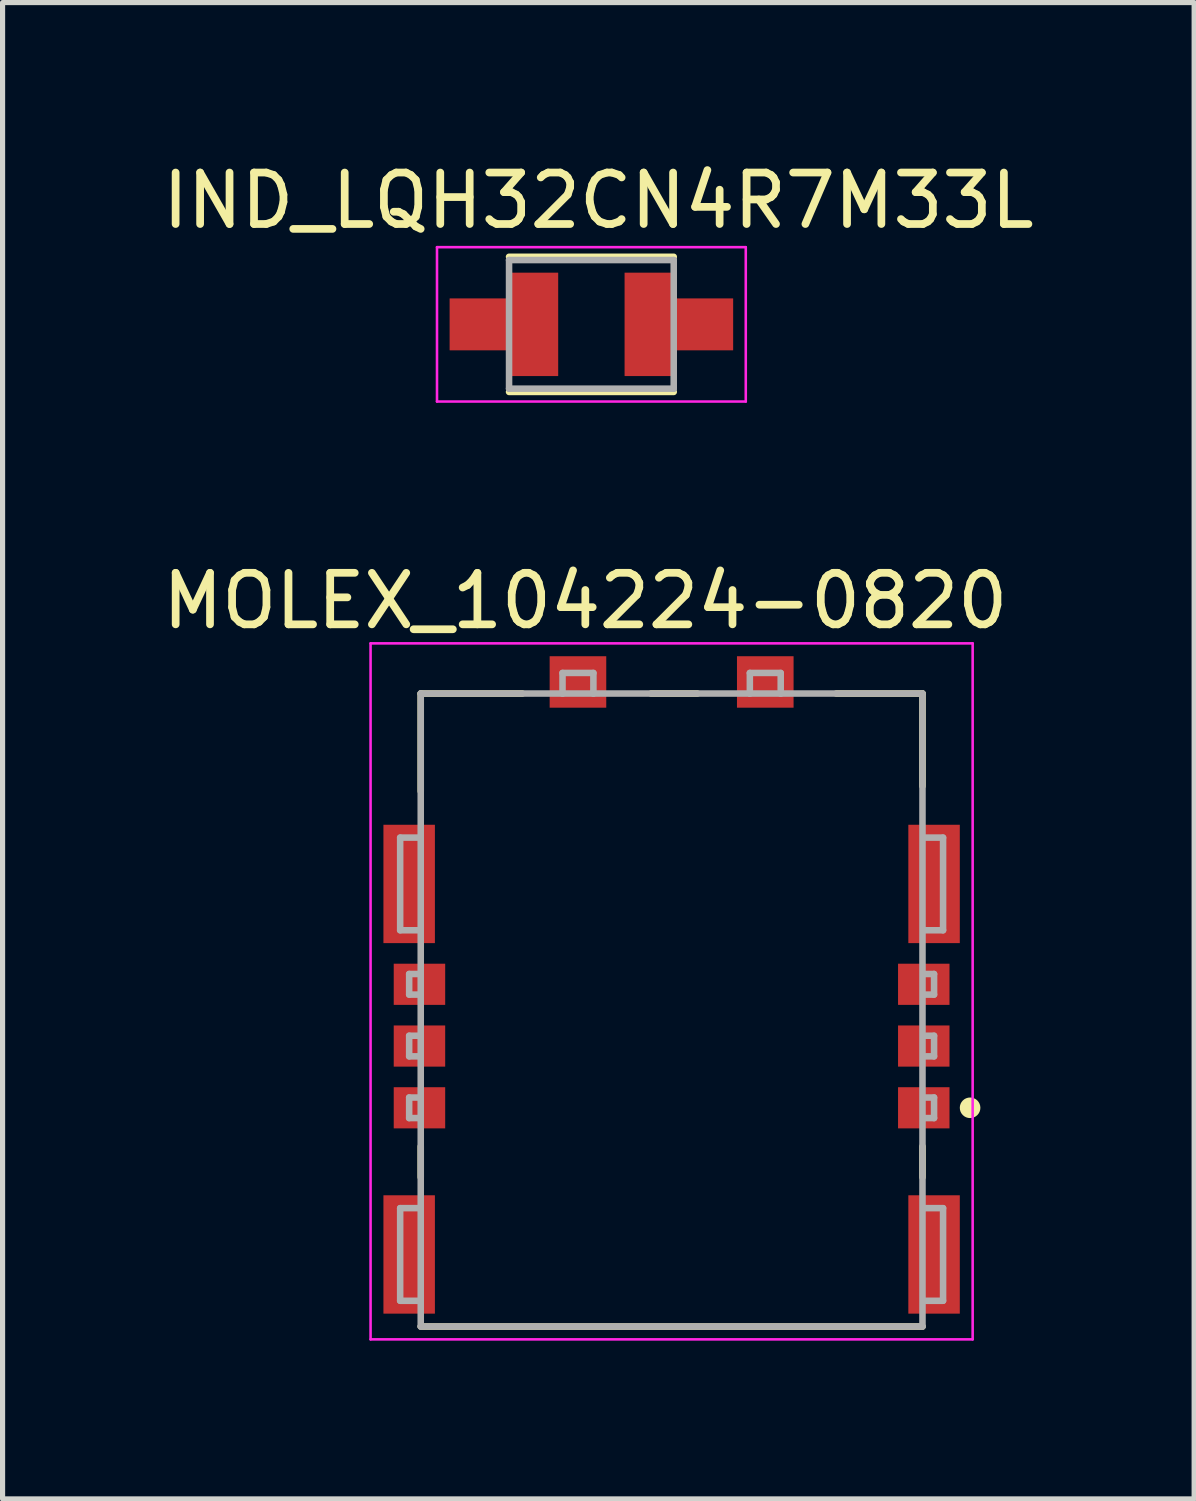
<source format=kicad_pcb>
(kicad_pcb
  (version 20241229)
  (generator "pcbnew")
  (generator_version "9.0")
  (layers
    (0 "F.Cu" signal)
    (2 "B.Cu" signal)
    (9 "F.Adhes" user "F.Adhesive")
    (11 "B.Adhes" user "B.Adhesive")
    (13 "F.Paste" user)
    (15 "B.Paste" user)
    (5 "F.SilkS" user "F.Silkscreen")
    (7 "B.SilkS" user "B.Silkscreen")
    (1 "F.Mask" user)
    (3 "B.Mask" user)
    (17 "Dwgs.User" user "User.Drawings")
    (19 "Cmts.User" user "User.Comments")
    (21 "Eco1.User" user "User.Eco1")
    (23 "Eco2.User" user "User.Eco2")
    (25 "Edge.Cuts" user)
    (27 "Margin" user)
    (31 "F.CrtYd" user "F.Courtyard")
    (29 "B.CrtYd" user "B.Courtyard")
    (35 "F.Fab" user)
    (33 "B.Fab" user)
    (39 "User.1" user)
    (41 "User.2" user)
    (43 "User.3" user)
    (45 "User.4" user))
  (footprint "IND_LQH32CN4R7M33L"
    (layer "F.Cu")
    (at 8.442 3.253)
    (property "Reference" "IND_LQH32CN4R7M33L" (at 0.135 -2.405 0) (layer "F.SilkS") (effects (font (size 1 1) (thickness 0.15))))
    (attr smd)
    (fp_poly (pts (xy -2.85 -0.6) (xy -1.75 -0.6) (xy -1.75 -1.1) (xy -0.55 -1.1) (xy -0.55 1.1) (xy -1.75 1.1) (xy -1.75 0.6) (xy -2.85 0.6)) (stroke (width 0.01) (type solid)) (fill yes) (layer "F.Mask"))
    (fp_poly (pts (xy 0.55 -1.1) (xy 1.75 -1.1) (xy 1.75 -0.6) (xy 2.85 -0.6) (xy 2.85 0.6) (xy 1.75 0.6) (xy 1.75 1.1) (xy 0.55 1.1)) (stroke (width 0.01) (type solid)) (fill yes) (layer "F.Mask"))
    (fp_line (start -1.6 -1.313) (end 1.6 -1.313) (stroke (width 0.127) (type solid)) (layer "F.SilkS"))
    (fp_line (start 1.6 1.313) (end -1.6 1.313) (stroke (width 0.127) (type solid)) (layer "F.SilkS"))
    (fp_poly (pts (xy -1.65 -1) (xy -0.65 -1) (xy -0.65 1) (xy -1.65 1) (xy -1.65 0.5) (xy -2.75 0.5) (xy -2.75 -0.5) (xy -1.65 -0.5)) (stroke (width 0.01) (type solid)) (fill yes) (layer "F.Paste"))
    (fp_poly (pts (xy 1.65 1) (xy 0.65 1) (xy 0.65 -1) (xy 1.65 -1) (xy 1.65 -0.5) (xy 2.75 -0.5) (xy 2.75 0.5) (xy 1.65 0.5)) (stroke (width 0.01) (type solid)) (fill yes) (layer "F.Paste"))
    (fp_line (start -3 -1.5) (end 3 -1.5) (stroke (width 0.05) (type solid)) (layer "F.CrtYd"))
    (fp_line (start -3 1.5) (end -3 -1.5) (stroke (width 0.05) (type solid)) (layer "F.CrtYd"))
    (fp_line (start 3 -1.5) (end 3 1.5) (stroke (width 0.05) (type solid)) (layer "F.CrtYd"))
    (fp_line (start 3 1.5) (end -3 1.5) (stroke (width 0.05) (type solid)) (layer "F.CrtYd"))
    (fp_line (start -1.6 -1.25) (end 1.6 -1.25) (stroke (width 0.127) (type solid)) (layer "F.Fab"))
    (fp_line (start -1.6 1.25) (end -1.6 -1.25) (stroke (width 0.127) (type solid)) (layer "F.Fab"))
    (fp_line (start 1.6 -1.25) (end 1.6 1.25) (stroke (width 0.127) (type solid)) (layer "F.Fab"))
    (fp_line (start 1.6 1.25) (end -1.6 1.25) (stroke (width 0.127) (type solid)) (layer "F.Fab"))
    (pad "1" smd custom (at -1.15 0) (size 1 2) (layers "F.Cu") (options (anchor rect)) (primitives (gr_poly (pts (xy -0.5 -1) (xy 0.5 -1) (xy 0.5 1) (xy -0.5 1) (xy -0.5 0.5) (xy -1.6 0.5) (xy -1.6 -0.5) (xy -0.5 -0.5)) (width 0.01) (fill yes))))
    (pad "2" smd custom (at 1.15 0) (size 1 2) (layers "F.Cu") (options (anchor rect)) (primitives (gr_poly (pts (xy 0.5 1) (xy -0.5 1) (xy -0.5 -1) (xy 0.5 -1) (xy 0.5 -0.5) (xy 1.6 -0.5) (xy 1.6 0.5) (xy 0.5 0.5)) (width 0.01) (fill yes)))))
  (footprint "MOLEX_104224-0820"
    (layer "F.Cu")
    (at 10.001 22.827)
    (property "Reference" "MOLEX_104224-0820" (at -1.677 -14.2 0) (layer "F.SilkS") (effects (font (size 1.001 1.001) (thickness 0.15))))
    (attr smd)
    (fp_line (start -4.875 -12.4) (end -4.875 -10.5) (stroke (width 0.127) (type solid)) (layer "F.SilkS"))
    (fp_line (start -4.875 -3.6) (end -4.875 -3) (stroke (width 0.127) (type solid)) (layer "F.SilkS"))
    (fp_line (start -4.875 -0.1) (end 4.875 -0.1) (stroke (width 0.127) (type solid)) (layer "F.SilkS"))
    (fp_line (start -2.9 -12.4) (end -4.875 -12.4) (stroke (width 0.127) (type solid)) (layer "F.SilkS"))
    (fp_line (start -0.4 -12.4) (end 0.5 -12.4) (stroke (width 0.127) (type solid)) (layer "F.SilkS"))
    (fp_line (start 3.2 -12.4) (end 4.875 -12.4) (stroke (width 0.127) (type solid)) (layer "F.SilkS"))
    (fp_line (start 4.875 -12.4) (end 4.875 -10.6) (stroke (width 0.127) (type solid)) (layer "F.SilkS"))
    (fp_line (start 4.875 -3.6) (end 4.875 -3) (stroke (width 0.127) (type solid)) (layer "F.SilkS"))
    (fp_circle (center 5.8 -4.35) (end 5.9 -4.35) (stroke (width 0.2) (type solid)) (fill no) (layer "F.SilkS"))
    (fp_line (start -5.85 -13.375) (end -5.85 0.15) (stroke (width 0.05) (type solid)) (layer "F.CrtYd"))
    (fp_line (start -5.85 0.15) (end 5.85 0.15) (stroke (width 0.05) (type solid)) (layer "F.CrtYd"))
    (fp_line (start 5.85 -13.375) (end -5.85 -13.375) (stroke (width 0.05) (type solid)) (layer "F.CrtYd"))
    (fp_line (start 5.85 0.15) (end 5.85 -13.375) (stroke (width 0.05) (type solid)) (layer "F.CrtYd"))
    (fp_line (start -5.275 -9.6) (end -5.275 -7.8) (stroke (width 0.127) (type solid)) (layer "F.Fab"))
    (fp_line (start -5.275 -7.8) (end -4.9 -7.8) (stroke (width 0.127) (type solid)) (layer "F.Fab"))
    (fp_line (start -5.275 -2.4) (end -5.275 -0.6) (stroke (width 0.127) (type solid)) (layer "F.Fab"))
    (fp_line (start -5.275 -0.6) (end -4.9 -0.6) (stroke (width 0.127) (type solid)) (layer "F.Fab"))
    (fp_line (start -5.1 -6.95) (end -5.1 -6.55) (stroke (width 0.127) (type solid)) (layer "F.Fab"))
    (fp_line (start -5.1 -6.55) (end -4.9 -6.55) (stroke (width 0.127) (type solid)) (layer "F.Fab"))
    (fp_line (start -5.1 -5.75) (end -5.1 -5.35) (stroke (width 0.127) (type solid)) (layer "F.Fab"))
    (fp_line (start -5.1 -5.35) (end -4.9 -5.35) (stroke (width 0.127) (type solid)) (layer "F.Fab"))
    (fp_line (start -5.1 -4.55) (end -5.1 -4.15) (stroke (width 0.127) (type solid)) (layer "F.Fab"))
    (fp_line (start -5.1 -4.15) (end -4.9 -4.15) (stroke (width 0.127) (type solid)) (layer "F.Fab"))
    (fp_line (start -4.9 -9.6) (end -5.275 -9.6) (stroke (width 0.127) (type solid)) (layer "F.Fab"))
    (fp_line (start -4.9 -6.95) (end -5.1 -6.95) (stroke (width 0.127) (type solid)) (layer "F.Fab"))
    (fp_line (start -4.9 -5.75) (end -5.1 -5.75) (stroke (width 0.127) (type solid)) (layer "F.Fab"))
    (fp_line (start -4.9 -4.55) (end -5.1 -4.55) (stroke (width 0.127) (type solid)) (layer "F.Fab"))
    (fp_line (start -4.9 -2.4) (end -5.275 -2.4) (stroke (width 0.127) (type solid)) (layer "F.Fab"))
    (fp_line (start -4.875 -12.4) (end -2.12 -12.4) (stroke (width 0.127) (type solid)) (layer "F.Fab"))
    (fp_line (start -4.875 -0.1) (end -4.875 -12.4) (stroke (width 0.127) (type solid)) (layer "F.Fab"))
    (fp_line (start -2.12 -12.8) (end -2.12 -12.4) (stroke (width 0.127) (type solid)) (layer "F.Fab"))
    (fp_line (start -2.12 -12.4) (end -1.52 -12.4) (stroke (width 0.127) (type solid)) (layer "F.Fab"))
    (fp_line (start -1.52 -12.8) (end -2.12 -12.8) (stroke (width 0.127) (type solid)) (layer "F.Fab"))
    (fp_line (start -1.52 -12.4) (end -1.52 -12.8) (stroke (width 0.127) (type solid)) (layer "F.Fab"))
    (fp_line (start -1.52 -12.4) (end 1.52 -12.4) (stroke (width 0.127) (type solid)) (layer "F.Fab"))
    (fp_line (start 1.52 -12.8) (end 1.52 -12.4) (stroke (width 0.127) (type solid)) (layer "F.Fab"))
    (fp_line (start 1.52 -12.4) (end 2.12 -12.4) (stroke (width 0.127) (type solid)) (layer "F.Fab"))
    (fp_line (start 2.12 -12.8) (end 1.52 -12.8) (stroke (width 0.127) (type solid)) (layer "F.Fab"))
    (fp_line (start 2.12 -12.4) (end 2.12 -12.8) (stroke (width 0.127) (type solid)) (layer "F.Fab"))
    (fp_line (start 2.12 -12.4) (end 4.875 -12.4) (stroke (width 0.127) (type solid)) (layer "F.Fab"))
    (fp_line (start 4.875 -12.4) (end 4.875 -0.1) (stroke (width 0.127) (type solid)) (layer "F.Fab"))
    (fp_line (start 4.875 -0.1) (end -4.875 -0.1) (stroke (width 0.127) (type solid)) (layer "F.Fab"))
    (fp_line (start 4.9 -7.8) (end 5.275 -7.8) (stroke (width 0.127) (type solid)) (layer "F.Fab"))
    (fp_line (start 4.9 -6.55) (end 5.1 -6.55) (stroke (width 0.127) (type solid)) (layer "F.Fab"))
    (fp_line (start 4.9 -5.35) (end 5.1 -5.35) (stroke (width 0.127) (type solid)) (layer "F.Fab"))
    (fp_line (start 4.9 -4.15) (end 5.1 -4.15) (stroke (width 0.127) (type solid)) (layer "F.Fab"))
    (fp_line (start 4.9 -0.6) (end 5.275 -0.6) (stroke (width 0.127) (type solid)) (layer "F.Fab"))
    (fp_line (start 5.1 -6.95) (end 4.9 -6.95) (stroke (width 0.127) (type solid)) (layer "F.Fab"))
    (fp_line (start 5.1 -6.55) (end 5.1 -6.95) (stroke (width 0.127) (type solid)) (layer "F.Fab"))
    (fp_line (start 5.1 -5.75) (end 4.9 -5.75) (stroke (width 0.127) (type solid)) (layer "F.Fab"))
    (fp_line (start 5.1 -5.35) (end 5.1 -5.75) (stroke (width 0.127) (type solid)) (layer "F.Fab"))
    (fp_line (start 5.1 -4.55) (end 4.9 -4.55) (stroke (width 0.127) (type solid)) (layer "F.Fab"))
    (fp_line (start 5.1 -4.15) (end 5.1 -4.55) (stroke (width 0.127) (type solid)) (layer "F.Fab"))
    (fp_line (start 5.275 -9.6) (end 4.9 -9.6) (stroke (width 0.127) (type solid)) (layer "F.Fab"))
    (fp_line (start 5.275 -7.8) (end 5.275 -9.6) (stroke (width 0.127) (type solid)) (layer "F.Fab"))
    (fp_line (start 5.275 -2.4) (end 4.9 -2.4) (stroke (width 0.127) (type solid)) (layer "F.Fab"))
    (fp_line (start 5.275 -0.6) (end 5.275 -2.4) (stroke (width 0.127) (type solid)) (layer "F.Fab"))
    (pad "G1" smd rect (at -5.1 -1.5) (size 1 2.3) (layers "F.Cu" "F.Mask" "F.Paste"))
    (pad "G2" smd rect (at -5.1 -8.7) (size 1 2.3) (layers "F.Cu" "F.Mask" "F.Paste"))
    (pad "G3" smd rect (at 5.1 -8.7) (size 1 2.3) (layers "F.Cu" "F.Mask" "F.Paste"))
    (pad "G4" smd rect (at 5.1 -1.5) (size 1 2.3) (layers "F.Cu" "F.Mask" "F.Paste"))
    (pad "R1" smd rect (at -1.82 -12.625) (size 1.1 1) (layers "F.Cu" "F.Mask" "F.Paste"))
    (pad "R2" smd rect (at 1.82 -12.625) (size 1.1 1) (layers "F.Cu" "F.Mask" "F.Paste"))
    (pad "S1" smd rect (at 4.9 -4.35) (size 1 0.8) (layers "F.Cu" "F.Mask" "F.Paste"))
    (pad "S2" smd rect (at 4.9 -5.55) (size 1 0.8) (layers "F.Cu" "F.Mask" "F.Paste"))
    (pad "S3" smd rect (at -4.9 -4.35) (size 1 0.8) (layers "F.Cu" "F.Mask" "F.Paste"))
    (pad "S4" smd rect (at 4.9 -6.75) (size 1 0.8) (layers "F.Cu" "F.Mask" "F.Paste"))
    (pad "S5" smd rect (at -4.9 -5.55) (size 1 0.8) (layers "F.Cu" "F.Mask" "F.Paste"))
    (pad "S6" smd rect (at -4.9 -6.75) (size 1 0.8) (layers "F.Cu" "F.Mask" "F.Paste"))
    (zone (net_name "") (layer "F.Cu") (hatch full 0.508) (connect_pads) (min_thickness 0.01) (filled_areas_thickness no) (keepout (tracks not_allowed) (vias not_allowed) (pads not_allowed) (copperpour not_allowed) (footprints allowed)) (placement (enabled no)) (fill) (polygon (pts (xy 6.855 19.577) (xy 8.061 19.577) (xy 8.061 22.477) (xy 6.855 22.477))))
    (zone (net_name "") (layer "F.Cu") (hatch full 0.508) (connect_pads) (min_thickness 0.01) (filled_areas_thickness no) (keepout (tracks not_allowed) (vias not_allowed) (pads not_allowed) (copperpour not_allowed) (footprints allowed)) (placement (enabled no)) (fill) (polygon (pts (xy 6.859 12.077) (xy 8.061 12.077) (xy 8.061 15.172) (xy 6.859 15.172))))
    (zone (net_name "") (layer "F.Cu") (hatch full 0.508) (connect_pads) (min_thickness 0.01) (filled_areas_thickness no) (keepout (tracks not_allowed) (vias not_allowed) (pads not_allowed) (copperpour not_allowed) (footprints allowed)) (placement (enabled no)) (fill) (polygon (pts (xy 9.4 12.077) (xy 10.601 12.077) (xy 10.601 15.164) (xy 9.4 15.164))))
    (zone (net_name "") (layer "F.Cu") (hatch full 0.508) (connect_pads) (min_thickness 0.01) (filled_areas_thickness no) (keepout (tracks not_allowed) (vias not_allowed) (pads not_allowed) (copperpour not_allowed) (footprints allowed)) (placement (enabled no)) (fill) (polygon (pts (xy 9.4 19.577) (xy 10.601 19.577) (xy 10.601 22.477) (xy 9.4 22.477))))
    (zone (net_name "") (layer "F.Cu") (hatch full 0.508) (connect_pads) (min_thickness 0.01) (filled_areas_thickness no) (keepout (tracks not_allowed) (vias not_allowed) (pads not_allowed) (copperpour not_allowed) (footprints allowed)) (placement (enabled no)) (fill) (polygon (pts (xy 11.941 12.077) (xy 13.141 12.077) (xy 13.141 15.175) (xy 11.941 15.175))))
    (zone (net_name "") (layer "F.Cu") (hatch full 0.508) (connect_pads) (min_thickness 0.01) (filled_areas_thickness no) (keepout (tracks not_allowed) (vias not_allowed) (pads not_allowed) (copperpour not_allowed) (footprints allowed)) (placement (enabled no)) (fill) (polygon (pts (xy 11.944 19.577) (xy 13.141 19.577) (xy 13.141 22.477) (xy 11.944 22.477))))
    (zone (net_name "") (layers "F.Cu" "B.Cu") (hatch full 0.508) (connect_pads) (min_thickness 0.01) (filled_areas_thickness no) (keepout (tracks allowed) (vias not_allowed) (pads allowed) (copperpour allowed) (footprints allowed)) (placement (enabled no)) (fill) (polygon (pts (xy 6.857 19.577) (xy 8.061 19.577) (xy 8.061 22.477) (xy 6.857 22.477))))
    (zone (net_name "") (layers "F.Cu" "B.Cu") (hatch full 0.508) (connect_pads) (min_thickness 0.01) (filled_areas_thickness no) (keepout (tracks allowed) (vias not_allowed) (pads allowed) (copperpour allowed) (footprints allowed)) (placement (enabled no)) (fill) (polygon (pts (xy 6.858 12.077) (xy 8.061 12.077) (xy 8.061 15.171) (xy 6.858 15.171))))
    (zone (net_name "") (layers "F.Cu" "B.Cu") (hatch full 0.508) (connect_pads) (min_thickness 0.01) (filled_areas_thickness no) (keepout (tracks allowed) (vias not_allowed) (pads allowed) (copperpour allowed) (footprints allowed)) (placement (enabled no)) (fill) (polygon (pts (xy 9.4 19.577) (xy 10.601 19.577) (xy 10.601 22.477) (xy 9.4 22.477))))
    (zone (net_name "") (layers "F.Cu" "B.Cu") (hatch full 0.508) (connect_pads) (min_thickness 0.01) (filled_areas_thickness no) (keepout (tracks allowed) (vias not_allowed) (pads allowed) (copperpour allowed) (footprints allowed)) (placement (enabled no)) (fill) (polygon (pts (xy 9.4 12.077) (xy 10.601 12.077) (xy 10.601 15.164) (xy 9.4 15.164))))
    (zone (net_name "") (layers "F.Cu" "B.Cu") (hatch full 0.508) (connect_pads) (min_thickness 0.01) (filled_areas_thickness no) (keepout (tracks allowed) (vias not_allowed) (pads allowed) (copperpour allowed) (footprints allowed)) (placement (enabled no)) (fill) (polygon (pts (xy 11.941 12.077) (xy 13.141 12.077) (xy 13.141 15.177) (xy 11.941 15.177))))
    (zone (net_name "") (layers "F.Cu" "B.Cu") (hatch full 0.508) (connect_pads) (min_thickness 0.01) (filled_areas_thickness no) (keepout (tracks allowed) (vias not_allowed) (pads allowed) (copperpour allowed) (footprints allowed)) (placement (enabled no)) (fill) (polygon (pts (xy 11.942 19.577) (xy 13.141 19.577) (xy 13.141 22.477) (xy 11.942 22.477)))))
  (gr_rect
    (start -3 -3)
    (end 20.155 26.077)
    (stroke (width 0.1) (type default))
    (fill no)
    (layer "Edge.Cuts")))
</source>
